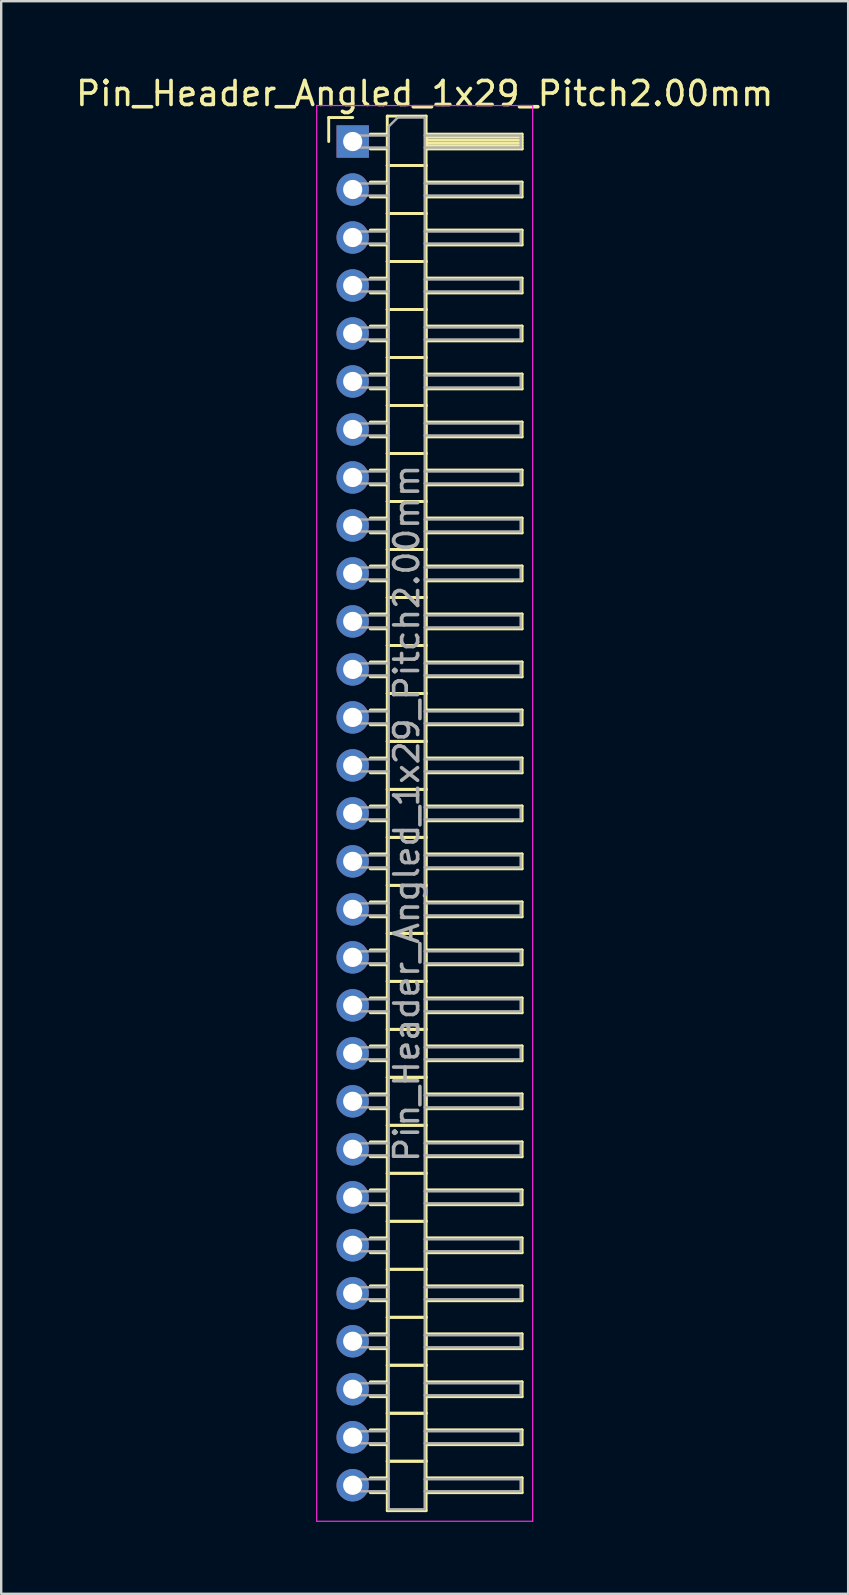
<source format=kicad_pcb>
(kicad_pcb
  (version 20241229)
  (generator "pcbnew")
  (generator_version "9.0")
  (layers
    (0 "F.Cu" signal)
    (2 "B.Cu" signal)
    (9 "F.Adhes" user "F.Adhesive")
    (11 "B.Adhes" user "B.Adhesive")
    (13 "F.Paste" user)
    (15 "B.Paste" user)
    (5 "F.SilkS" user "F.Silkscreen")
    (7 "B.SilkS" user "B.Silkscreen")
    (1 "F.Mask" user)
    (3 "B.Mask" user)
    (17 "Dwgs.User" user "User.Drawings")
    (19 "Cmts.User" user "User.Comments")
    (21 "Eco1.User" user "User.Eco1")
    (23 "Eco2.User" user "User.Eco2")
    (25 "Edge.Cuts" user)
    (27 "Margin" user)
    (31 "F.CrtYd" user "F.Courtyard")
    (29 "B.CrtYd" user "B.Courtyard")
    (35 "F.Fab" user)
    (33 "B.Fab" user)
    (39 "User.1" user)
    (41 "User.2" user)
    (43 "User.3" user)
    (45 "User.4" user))
  (footprint "Pin_Header_Angled_1x29_Pitch2.00mm"
    (layer "F.Cu")
    (at 11.649 2.848)
    (property "Reference" "Pin_Header_Angled_1x29_Pitch2.00mm" (at 3 -2 0) (layer "F.SilkS") (effects (font (size 1 1) (thickness 0.15))))
    (attr through_hole)
    (fp_line (start -1 -1) (end 0 -1) (stroke (width 0.12) (type solid)) (layer "F.SilkS"))
    (fp_line (start -1 0) (end -1 -1) (stroke (width 0.12) (type solid)) (layer "F.SilkS"))
    (fp_line (start 0.735 -0.31) (end 1.44 -0.31) (stroke (width 0.12) (type solid)) (layer "F.SilkS"))
    (fp_line (start 0.735 0.31) (end 1.44 0.31) (stroke (width 0.12) (type solid)) (layer "F.SilkS"))
    (fp_line (start 0.735 1.69) (end 1.44 1.69) (stroke (width 0.12) (type solid)) (layer "F.SilkS"))
    (fp_line (start 0.735 2.31) (end 1.44 2.31) (stroke (width 0.12) (type solid)) (layer "F.SilkS"))
    (fp_line (start 0.735 3.69) (end 1.44 3.69) (stroke (width 0.12) (type solid)) (layer "F.SilkS"))
    (fp_line (start 0.735 4.31) (end 1.44 4.31) (stroke (width 0.12) (type solid)) (layer "F.SilkS"))
    (fp_line (start 0.735 5.69) (end 1.44 5.69) (stroke (width 0.12) (type solid)) (layer "F.SilkS"))
    (fp_line (start 0.735 6.31) (end 1.44 6.31) (stroke (width 0.12) (type solid)) (layer "F.SilkS"))
    (fp_line (start 0.735 7.69) (end 1.44 7.69) (stroke (width 0.12) (type solid)) (layer "F.SilkS"))
    (fp_line (start 0.735 8.31) (end 1.44 8.31) (stroke (width 0.12) (type solid)) (layer "F.SilkS"))
    (fp_line (start 0.735 9.69) (end 1.44 9.69) (stroke (width 0.12) (type solid)) (layer "F.SilkS"))
    (fp_line (start 0.735 10.31) (end 1.44 10.31) (stroke (width 0.12) (type solid)) (layer "F.SilkS"))
    (fp_line (start 0.735 11.69) (end 1.44 11.69) (stroke (width 0.12) (type solid)) (layer "F.SilkS"))
    (fp_line (start 0.735 12.31) (end 1.44 12.31) (stroke (width 0.12) (type solid)) (layer "F.SilkS"))
    (fp_line (start 0.735 13.69) (end 1.44 13.69) (stroke (width 0.12) (type solid)) (layer "F.SilkS"))
    (fp_line (start 0.735 14.31) (end 1.44 14.31) (stroke (width 0.12) (type solid)) (layer "F.SilkS"))
    (fp_line (start 0.735 15.69) (end 1.44 15.69) (stroke (width 0.12) (type solid)) (layer "F.SilkS"))
    (fp_line (start 0.735 16.31) (end 1.44 16.31) (stroke (width 0.12) (type solid)) (layer "F.SilkS"))
    (fp_line (start 0.735 17.69) (end 1.44 17.69) (stroke (width 0.12) (type solid)) (layer "F.SilkS"))
    (fp_line (start 0.735 18.31) (end 1.44 18.31) (stroke (width 0.12) (type solid)) (layer "F.SilkS"))
    (fp_line (start 0.735 19.69) (end 1.44 19.69) (stroke (width 0.12) (type solid)) (layer "F.SilkS"))
    (fp_line (start 0.735 20.31) (end 1.44 20.31) (stroke (width 0.12) (type solid)) (layer "F.SilkS"))
    (fp_line (start 0.735 21.69) (end 1.44 21.69) (stroke (width 0.12) (type solid)) (layer "F.SilkS"))
    (fp_line (start 0.735 22.31) (end 1.44 22.31) (stroke (width 0.12) (type solid)) (layer "F.SilkS"))
    (fp_line (start 0.735 23.69) (end 1.44 23.69) (stroke (width 0.12) (type solid)) (layer "F.SilkS"))
    (fp_line (start 0.735 24.31) (end 1.44 24.31) (stroke (width 0.12) (type solid)) (layer "F.SilkS"))
    (fp_line (start 0.735 25.69) (end 1.44 25.69) (stroke (width 0.12) (type solid)) (layer "F.SilkS"))
    (fp_line (start 0.735 26.31) (end 1.44 26.31) (stroke (width 0.12) (type solid)) (layer "F.SilkS"))
    (fp_line (start 0.735 27.69) (end 1.44 27.69) (stroke (width 0.12) (type solid)) (layer "F.SilkS"))
    (fp_line (start 0.735 28.31) (end 1.44 28.31) (stroke (width 0.12) (type solid)) (layer "F.SilkS"))
    (fp_line (start 0.735 29.69) (end 1.44 29.69) (stroke (width 0.12) (type solid)) (layer "F.SilkS"))
    (fp_line (start 0.735 30.31) (end 1.44 30.31) (stroke (width 0.12) (type solid)) (layer "F.SilkS"))
    (fp_line (start 0.735 31.69) (end 1.44 31.69) (stroke (width 0.12) (type solid)) (layer "F.SilkS"))
    (fp_line (start 0.735 32.31) (end 1.44 32.31) (stroke (width 0.12) (type solid)) (layer "F.SilkS"))
    (fp_line (start 0.735 33.69) (end 1.44 33.69) (stroke (width 0.12) (type solid)) (layer "F.SilkS"))
    (fp_line (start 0.735 34.31) (end 1.44 34.31) (stroke (width 0.12) (type solid)) (layer "F.SilkS"))
    (fp_line (start 0.735 35.69) (end 1.44 35.69) (stroke (width 0.12) (type solid)) (layer "F.SilkS"))
    (fp_line (start 0.735 36.31) (end 1.44 36.31) (stroke (width 0.12) (type solid)) (layer "F.SilkS"))
    (fp_line (start 0.735 37.69) (end 1.44 37.69) (stroke (width 0.12) (type solid)) (layer "F.SilkS"))
    (fp_line (start 0.735 38.31) (end 1.44 38.31) (stroke (width 0.12) (type solid)) (layer "F.SilkS"))
    (fp_line (start 0.735 39.69) (end 1.44 39.69) (stroke (width 0.12) (type solid)) (layer "F.SilkS"))
    (fp_line (start 0.735 40.31) (end 1.44 40.31) (stroke (width 0.12) (type solid)) (layer "F.SilkS"))
    (fp_line (start 0.735 41.69) (end 1.44 41.69) (stroke (width 0.12) (type solid)) (layer "F.SilkS"))
    (fp_line (start 0.735 42.31) (end 1.44 42.31) (stroke (width 0.12) (type solid)) (layer "F.SilkS"))
    (fp_line (start 0.735 43.69) (end 1.44 43.69) (stroke (width 0.12) (type solid)) (layer "F.SilkS"))
    (fp_line (start 0.735 44.31) (end 1.44 44.31) (stroke (width 0.12) (type solid)) (layer "F.SilkS"))
    (fp_line (start 0.735 45.69) (end 1.44 45.69) (stroke (width 0.12) (type solid)) (layer "F.SilkS"))
    (fp_line (start 0.735 46.31) (end 1.44 46.31) (stroke (width 0.12) (type solid)) (layer "F.SilkS"))
    (fp_line (start 0.735 47.69) (end 1.44 47.69) (stroke (width 0.12) (type solid)) (layer "F.SilkS"))
    (fp_line (start 0.735 48.31) (end 1.44 48.31) (stroke (width 0.12) (type solid)) (layer "F.SilkS"))
    (fp_line (start 0.735 49.69) (end 1.44 49.69) (stroke (width 0.12) (type solid)) (layer "F.SilkS"))
    (fp_line (start 0.735 50.31) (end 1.44 50.31) (stroke (width 0.12) (type solid)) (layer "F.SilkS"))
    (fp_line (start 0.735 51.69) (end 1.44 51.69) (stroke (width 0.12) (type solid)) (layer "F.SilkS"))
    (fp_line (start 0.735 52.31) (end 1.44 52.31) (stroke (width 0.12) (type solid)) (layer "F.SilkS"))
    (fp_line (start 0.735 53.69) (end 1.44 53.69) (stroke (width 0.12) (type solid)) (layer "F.SilkS"))
    (fp_line (start 0.735 54.31) (end 1.44 54.31) (stroke (width 0.12) (type solid)) (layer "F.SilkS"))
    (fp_line (start 0.735 55.69) (end 1.44 55.69) (stroke (width 0.12) (type solid)) (layer "F.SilkS"))
    (fp_line (start 0.735 56.31) (end 1.44 56.31) (stroke (width 0.12) (type solid)) (layer "F.SilkS"))
    (fp_line (start 1.44 -1.06) (end 1.44 1) (stroke (width 0.12) (type solid)) (layer "F.SilkS"))
    (fp_line (start 1.44 1) (end 1.44 3) (stroke (width 0.12) (type solid)) (layer "F.SilkS"))
    (fp_line (start 1.44 1) (end 3.06 1) (stroke (width 0.12) (type solid)) (layer "F.SilkS"))
    (fp_line (start 1.44 3) (end 1.44 5) (stroke (width 0.12) (type solid)) (layer "F.SilkS"))
    (fp_line (start 1.44 3) (end 3.06 3) (stroke (width 0.12) (type solid)) (layer "F.SilkS"))
    (fp_line (start 1.44 5) (end 1.44 7) (stroke (width 0.12) (type solid)) (layer "F.SilkS"))
    (fp_line (start 1.44 5) (end 3.06 5) (stroke (width 0.12) (type solid)) (layer "F.SilkS"))
    (fp_line (start 1.44 7) (end 1.44 9) (stroke (width 0.12) (type solid)) (layer "F.SilkS"))
    (fp_line (start 1.44 7) (end 3.06 7) (stroke (width 0.12) (type solid)) (layer "F.SilkS"))
    (fp_line (start 1.44 9) (end 1.44 11) (stroke (width 0.12) (type solid)) (layer "F.SilkS"))
    (fp_line (start 1.44 9) (end 3.06 9) (stroke (width 0.12) (type solid)) (layer "F.SilkS"))
    (fp_line (start 1.44 11) (end 1.44 13) (stroke (width 0.12) (type solid)) (layer "F.SilkS"))
    (fp_line (start 1.44 11) (end 3.06 11) (stroke (width 0.12) (type solid)) (layer "F.SilkS"))
    (fp_line (start 1.44 13) (end 1.44 15) (stroke (width 0.12) (type solid)) (layer "F.SilkS"))
    (fp_line (start 1.44 13) (end 3.06 13) (stroke (width 0.12) (type solid)) (layer "F.SilkS"))
    (fp_line (start 1.44 15) (end 1.44 17) (stroke (width 0.12) (type solid)) (layer "F.SilkS"))
    (fp_line (start 1.44 15) (end 3.06 15) (stroke (width 0.12) (type solid)) (layer "F.SilkS"))
    (fp_line (start 1.44 17) (end 1.44 19) (stroke (width 0.12) (type solid)) (layer "F.SilkS"))
    (fp_line (start 1.44 17) (end 3.06 17) (stroke (width 0.12) (type solid)) (layer "F.SilkS"))
    (fp_line (start 1.44 19) (end 1.44 21) (stroke (width 0.12) (type solid)) (layer "F.SilkS"))
    (fp_line (start 1.44 19) (end 3.06 19) (stroke (width 0.12) (type solid)) (layer "F.SilkS"))
    (fp_line (start 1.44 21) (end 1.44 23) (stroke (width 0.12) (type solid)) (layer "F.SilkS"))
    (fp_line (start 1.44 21) (end 3.06 21) (stroke (width 0.12) (type solid)) (layer "F.SilkS"))
    (fp_line (start 1.44 23) (end 1.44 25) (stroke (width 0.12) (type solid)) (layer "F.SilkS"))
    (fp_line (start 1.44 23) (end 3.06 23) (stroke (width 0.12) (type solid)) (layer "F.SilkS"))
    (fp_line (start 1.44 25) (end 1.44 27) (stroke (width 0.12) (type solid)) (layer "F.SilkS"))
    (fp_line (start 1.44 25) (end 3.06 25) (stroke (width 0.12) (type solid)) (layer "F.SilkS"))
    (fp_line (start 1.44 27) (end 1.44 29) (stroke (width 0.12) (type solid)) (layer "F.SilkS"))
    (fp_line (start 1.44 27) (end 3.06 27) (stroke (width 0.12) (type solid)) (layer "F.SilkS"))
    (fp_line (start 1.44 29) (end 1.44 31) (stroke (width 0.12) (type solid)) (layer "F.SilkS"))
    (fp_line (start 1.44 29) (end 3.06 29) (stroke (width 0.12) (type solid)) (layer "F.SilkS"))
    (fp_line (start 1.44 31) (end 1.44 33) (stroke (width 0.12) (type solid)) (layer "F.SilkS"))
    (fp_line (start 1.44 31) (end 3.06 31) (stroke (width 0.12) (type solid)) (layer "F.SilkS"))
    (fp_line (start 1.44 33) (end 1.44 35) (stroke (width 0.12) (type solid)) (layer "F.SilkS"))
    (fp_line (start 1.44 33) (end 3.06 33) (stroke (width 0.12) (type solid)) (layer "F.SilkS"))
    (fp_line (start 1.44 35) (end 1.44 37) (stroke (width 0.12) (type solid)) (layer "F.SilkS"))
    (fp_line (start 1.44 35) (end 3.06 35) (stroke (width 0.12) (type solid)) (layer "F.SilkS"))
    (fp_line (start 1.44 37) (end 1.44 39) (stroke (width 0.12) (type solid)) (layer "F.SilkS"))
    (fp_line (start 1.44 37) (end 3.06 37) (stroke (width 0.12) (type solid)) (layer "F.SilkS"))
    (fp_line (start 1.44 39) (end 1.44 41) (stroke (width 0.12) (type solid)) (layer "F.SilkS"))
    (fp_line (start 1.44 39) (end 3.06 39) (stroke (width 0.12) (type solid)) (layer "F.SilkS"))
    (fp_line (start 1.44 41) (end 1.44 43) (stroke (width 0.12) (type solid)) (layer "F.SilkS"))
    (fp_line (start 1.44 41) (end 3.06 41) (stroke (width 0.12) (type solid)) (layer "F.SilkS"))
    (fp_line (start 1.44 43) (end 1.44 45) (stroke (width 0.12) (type solid)) (layer "F.SilkS"))
    (fp_line (start 1.44 43) (end 3.06 43) (stroke (width 0.12) (type solid)) (layer "F.SilkS"))
    (fp_line (start 1.44 45) (end 1.44 47) (stroke (width 0.12) (type solid)) (layer "F.SilkS"))
    (fp_line (start 1.44 45) (end 3.06 45) (stroke (width 0.12) (type solid)) (layer "F.SilkS"))
    (fp_line (start 1.44 47) (end 1.44 49) (stroke (width 0.12) (type solid)) (layer "F.SilkS"))
    (fp_line (start 1.44 47) (end 3.06 47) (stroke (width 0.12) (type solid)) (layer "F.SilkS"))
    (fp_line (start 1.44 49) (end 1.44 51) (stroke (width 0.12) (type solid)) (layer "F.SilkS"))
    (fp_line (start 1.44 49) (end 3.06 49) (stroke (width 0.12) (type solid)) (layer "F.SilkS"))
    (fp_line (start 1.44 51) (end 1.44 53) (stroke (width 0.12) (type solid)) (layer "F.SilkS"))
    (fp_line (start 1.44 51) (end 3.06 51) (stroke (width 0.12) (type solid)) (layer "F.SilkS"))
    (fp_line (start 1.44 53) (end 1.44 55) (stroke (width 0.12) (type solid)) (layer "F.SilkS"))
    (fp_line (start 1.44 53) (end 3.06 53) (stroke (width 0.12) (type solid)) (layer "F.SilkS"))
    (fp_line (start 1.44 55) (end 1.44 57.06) (stroke (width 0.12) (type solid)) (layer "F.SilkS"))
    (fp_line (start 1.44 55) (end 3.06 55) (stroke (width 0.12) (type solid)) (layer "F.SilkS"))
    (fp_line (start 1.44 57.06) (end 3.06 57.06) (stroke (width 0.12) (type solid)) (layer "F.SilkS"))
    (fp_line (start 3.06 -1.06) (end 1.44 -1.06) (stroke (width 0.12) (type solid)) (layer "F.SilkS"))
    (fp_line (start 3.06 -0.31) (end 3.06 0.31) (stroke (width 0.12) (type solid)) (layer "F.SilkS"))
    (fp_line (start 3.06 -0.19) (end 7.06 -0.19) (stroke (width 0.12) (type solid)) (layer "F.SilkS"))
    (fp_line (start 3.06 -0.07) (end 7.06 -0.07) (stroke (width 0.12) (type solid)) (layer "F.SilkS"))
    (fp_line (start 3.06 0.05) (end 7.06 0.05) (stroke (width 0.12) (type solid)) (layer "F.SilkS"))
    (fp_line (start 3.06 0.17) (end 7.06 0.17) (stroke (width 0.12) (type solid)) (layer "F.SilkS"))
    (fp_line (start 3.06 0.29) (end 7.06 0.29) (stroke (width 0.12) (type solid)) (layer "F.SilkS"))
    (fp_line (start 3.06 0.31) (end 7.06 0.31) (stroke (width 0.12) (type solid)) (layer "F.SilkS"))
    (fp_line (start 3.06 1) (end 1.44 1) (stroke (width 0.12) (type solid)) (layer "F.SilkS"))
    (fp_line (start 3.06 1) (end 3.06 -1.06) (stroke (width 0.12) (type solid)) (layer "F.SilkS"))
    (fp_line (start 3.06 1.69) (end 3.06 2.31) (stroke (width 0.12) (type solid)) (layer "F.SilkS"))
    (fp_line (start 3.06 2.31) (end 7.06 2.31) (stroke (width 0.12) (type solid)) (layer "F.SilkS"))
    (fp_line (start 3.06 3) (end 1.44 3) (stroke (width 0.12) (type solid)) (layer "F.SilkS"))
    (fp_line (start 3.06 3) (end 3.06 1) (stroke (width 0.12) (type solid)) (layer "F.SilkS"))
    (fp_line (start 3.06 3.69) (end 3.06 4.31) (stroke (width 0.12) (type solid)) (layer "F.SilkS"))
    (fp_line (start 3.06 4.31) (end 7.06 4.31) (stroke (width 0.12) (type solid)) (layer "F.SilkS"))
    (fp_line (start 3.06 5) (end 1.44 5) (stroke (width 0.12) (type solid)) (layer "F.SilkS"))
    (fp_line (start 3.06 5) (end 3.06 3) (stroke (width 0.12) (type solid)) (layer "F.SilkS"))
    (fp_line (start 3.06 5.69) (end 3.06 6.31) (stroke (width 0.12) (type solid)) (layer "F.SilkS"))
    (fp_line (start 3.06 6.31) (end 7.06 6.31) (stroke (width 0.12) (type solid)) (layer "F.SilkS"))
    (fp_line (start 3.06 7) (end 1.44 7) (stroke (width 0.12) (type solid)) (layer "F.SilkS"))
    (fp_line (start 3.06 7) (end 3.06 5) (stroke (width 0.12) (type solid)) (layer "F.SilkS"))
    (fp_line (start 3.06 7.69) (end 3.06 8.31) (stroke (width 0.12) (type solid)) (layer "F.SilkS"))
    (fp_line (start 3.06 8.31) (end 7.06 8.31) (stroke (width 0.12) (type solid)) (layer "F.SilkS"))
    (fp_line (start 3.06 9) (end 1.44 9) (stroke (width 0.12) (type solid)) (layer "F.SilkS"))
    (fp_line (start 3.06 9) (end 3.06 7) (stroke (width 0.12) (type solid)) (layer "F.SilkS"))
    (fp_line (start 3.06 9.69) (end 3.06 10.31) (stroke (width 0.12) (type solid)) (layer "F.SilkS"))
    (fp_line (start 3.06 10.31) (end 7.06 10.31) (stroke (width 0.12) (type solid)) (layer "F.SilkS"))
    (fp_line (start 3.06 11) (end 1.44 11) (stroke (width 0.12) (type solid)) (layer "F.SilkS"))
    (fp_line (start 3.06 11) (end 3.06 9) (stroke (width 0.12) (type solid)) (layer "F.SilkS"))
    (fp_line (start 3.06 11.69) (end 3.06 12.31) (stroke (width 0.12) (type solid)) (layer "F.SilkS"))
    (fp_line (start 3.06 12.31) (end 7.06 12.31) (stroke (width 0.12) (type solid)) (layer "F.SilkS"))
    (fp_line (start 3.06 13) (end 1.44 13) (stroke (width 0.12) (type solid)) (layer "F.SilkS"))
    (fp_line (start 3.06 13) (end 3.06 11) (stroke (width 0.12) (type solid)) (layer "F.SilkS"))
    (fp_line (start 3.06 13.69) (end 3.06 14.31) (stroke (width 0.12) (type solid)) (layer "F.SilkS"))
    (fp_line (start 3.06 14.31) (end 7.06 14.31) (stroke (width 0.12) (type solid)) (layer "F.SilkS"))
    (fp_line (start 3.06 15) (end 1.44 15) (stroke (width 0.12) (type solid)) (layer "F.SilkS"))
    (fp_line (start 3.06 15) (end 3.06 13) (stroke (width 0.12) (type solid)) (layer "F.SilkS"))
    (fp_line (start 3.06 15.69) (end 3.06 16.31) (stroke (width 0.12) (type solid)) (layer "F.SilkS"))
    (fp_line (start 3.06 16.31) (end 7.06 16.31) (stroke (width 0.12) (type solid)) (layer "F.SilkS"))
    (fp_line (start 3.06 17) (end 1.44 17) (stroke (width 0.12) (type solid)) (layer "F.SilkS"))
    (fp_line (start 3.06 17) (end 3.06 15) (stroke (width 0.12) (type solid)) (layer "F.SilkS"))
    (fp_line (start 3.06 17.69) (end 3.06 18.31) (stroke (width 0.12) (type solid)) (layer "F.SilkS"))
    (fp_line (start 3.06 18.31) (end 7.06 18.31) (stroke (width 0.12) (type solid)) (layer "F.SilkS"))
    (fp_line (start 3.06 19) (end 1.44 19) (stroke (width 0.12) (type solid)) (layer "F.SilkS"))
    (fp_line (start 3.06 19) (end 3.06 17) (stroke (width 0.12) (type solid)) (layer "F.SilkS"))
    (fp_line (start 3.06 19.69) (end 3.06 20.31) (stroke (width 0.12) (type solid)) (layer "F.SilkS"))
    (fp_line (start 3.06 20.31) (end 7.06 20.31) (stroke (width 0.12) (type solid)) (layer "F.SilkS"))
    (fp_line (start 3.06 21) (end 1.44 21) (stroke (width 0.12) (type solid)) (layer "F.SilkS"))
    (fp_line (start 3.06 21) (end 3.06 19) (stroke (width 0.12) (type solid)) (layer "F.SilkS"))
    (fp_line (start 3.06 21.69) (end 3.06 22.31) (stroke (width 0.12) (type solid)) (layer "F.SilkS"))
    (fp_line (start 3.06 22.31) (end 7.06 22.31) (stroke (width 0.12) (type solid)) (layer "F.SilkS"))
    (fp_line (start 3.06 23) (end 1.44 23) (stroke (width 0.12) (type solid)) (layer "F.SilkS"))
    (fp_line (start 3.06 23) (end 3.06 21) (stroke (width 0.12) (type solid)) (layer "F.SilkS"))
    (fp_line (start 3.06 23.69) (end 3.06 24.31) (stroke (width 0.12) (type solid)) (layer "F.SilkS"))
    (fp_line (start 3.06 24.31) (end 7.06 24.31) (stroke (width 0.12) (type solid)) (layer "F.SilkS"))
    (fp_line (start 3.06 25) (end 1.44 25) (stroke (width 0.12) (type solid)) (layer "F.SilkS"))
    (fp_line (start 3.06 25) (end 3.06 23) (stroke (width 0.12) (type solid)) (layer "F.SilkS"))
    (fp_line (start 3.06 25.69) (end 3.06 26.31) (stroke (width 0.12) (type solid)) (layer "F.SilkS"))
    (fp_line (start 3.06 26.31) (end 7.06 26.31) (stroke (width 0.12) (type solid)) (layer "F.SilkS"))
    (fp_line (start 3.06 27) (end 1.44 27) (stroke (width 0.12) (type solid)) (layer "F.SilkS"))
    (fp_line (start 3.06 27) (end 3.06 25) (stroke (width 0.12) (type solid)) (layer "F.SilkS"))
    (fp_line (start 3.06 27.69) (end 3.06 28.31) (stroke (width 0.12) (type solid)) (layer "F.SilkS"))
    (fp_line (start 3.06 28.31) (end 7.06 28.31) (stroke (width 0.12) (type solid)) (layer "F.SilkS"))
    (fp_line (start 3.06 29) (end 1.44 29) (stroke (width 0.12) (type solid)) (layer "F.SilkS"))
    (fp_line (start 3.06 29) (end 3.06 27) (stroke (width 0.12) (type solid)) (layer "F.SilkS"))
    (fp_line (start 3.06 29.69) (end 3.06 30.31) (stroke (width 0.12) (type solid)) (layer "F.SilkS"))
    (fp_line (start 3.06 30.31) (end 7.06 30.31) (stroke (width 0.12) (type solid)) (layer "F.SilkS"))
    (fp_line (start 3.06 31) (end 1.44 31) (stroke (width 0.12) (type solid)) (layer "F.SilkS"))
    (fp_line (start 3.06 31) (end 3.06 29) (stroke (width 0.12) (type solid)) (layer "F.SilkS"))
    (fp_line (start 3.06 31.69) (end 3.06 32.31) (stroke (width 0.12) (type solid)) (layer "F.SilkS"))
    (fp_line (start 3.06 32.31) (end 7.06 32.31) (stroke (width 0.12) (type solid)) (layer "F.SilkS"))
    (fp_line (start 3.06 33) (end 1.44 33) (stroke (width 0.12) (type solid)) (layer "F.SilkS"))
    (fp_line (start 3.06 33) (end 3.06 31) (stroke (width 0.12) (type solid)) (layer "F.SilkS"))
    (fp_line (start 3.06 33.69) (end 3.06 34.31) (stroke (width 0.12) (type solid)) (layer "F.SilkS"))
    (fp_line (start 3.06 34.31) (end 7.06 34.31) (stroke (width 0.12) (type solid)) (layer "F.SilkS"))
    (fp_line (start 3.06 35) (end 1.44 35) (stroke (width 0.12) (type solid)) (layer "F.SilkS"))
    (fp_line (start 3.06 35) (end 3.06 33) (stroke (width 0.12) (type solid)) (layer "F.SilkS"))
    (fp_line (start 3.06 35.69) (end 3.06 36.31) (stroke (width 0.12) (type solid)) (layer "F.SilkS"))
    (fp_line (start 3.06 36.31) (end 7.06 36.31) (stroke (width 0.12) (type solid)) (layer "F.SilkS"))
    (fp_line (start 3.06 37) (end 1.44 37) (stroke (width 0.12) (type solid)) (layer "F.SilkS"))
    (fp_line (start 3.06 37) (end 3.06 35) (stroke (width 0.12) (type solid)) (layer "F.SilkS"))
    (fp_line (start 3.06 37.69) (end 3.06 38.31) (stroke (width 0.12) (type solid)) (layer "F.SilkS"))
    (fp_line (start 3.06 38.31) (end 7.06 38.31) (stroke (width 0.12) (type solid)) (layer "F.SilkS"))
    (fp_line (start 3.06 39) (end 1.44 39) (stroke (width 0.12) (type solid)) (layer "F.SilkS"))
    (fp_line (start 3.06 39) (end 3.06 37) (stroke (width 0.12) (type solid)) (layer "F.SilkS"))
    (fp_line (start 3.06 39.69) (end 3.06 40.31) (stroke (width 0.12) (type solid)) (layer "F.SilkS"))
    (fp_line (start 3.06 40.31) (end 7.06 40.31) (stroke (width 0.12) (type solid)) (layer "F.SilkS"))
    (fp_line (start 3.06 41) (end 1.44 41) (stroke (width 0.12) (type solid)) (layer "F.SilkS"))
    (fp_line (start 3.06 41) (end 3.06 39) (stroke (width 0.12) (type solid)) (layer "F.SilkS"))
    (fp_line (start 3.06 41.69) (end 3.06 42.31) (stroke (width 0.12) (type solid)) (layer "F.SilkS"))
    (fp_line (start 3.06 42.31) (end 7.06 42.31) (stroke (width 0.12) (type solid)) (layer "F.SilkS"))
    (fp_line (start 3.06 43) (end 1.44 43) (stroke (width 0.12) (type solid)) (layer "F.SilkS"))
    (fp_line (start 3.06 43) (end 3.06 41) (stroke (width 0.12) (type solid)) (layer "F.SilkS"))
    (fp_line (start 3.06 43.69) (end 3.06 44.31) (stroke (width 0.12) (type solid)) (layer "F.SilkS"))
    (fp_line (start 3.06 44.31) (end 7.06 44.31) (stroke (width 0.12) (type solid)) (layer "F.SilkS"))
    (fp_line (start 3.06 45) (end 1.44 45) (stroke (width 0.12) (type solid)) (layer "F.SilkS"))
    (fp_line (start 3.06 45) (end 3.06 43) (stroke (width 0.12) (type solid)) (layer "F.SilkS"))
    (fp_line (start 3.06 45.69) (end 3.06 46.31) (stroke (width 0.12) (type solid)) (layer "F.SilkS"))
    (fp_line (start 3.06 46.31) (end 7.06 46.31) (stroke (width 0.12) (type solid)) (layer "F.SilkS"))
    (fp_line (start 3.06 47) (end 1.44 47) (stroke (width 0.12) (type solid)) (layer "F.SilkS"))
    (fp_line (start 3.06 47) (end 3.06 45) (stroke (width 0.12) (type solid)) (layer "F.SilkS"))
    (fp_line (start 3.06 47.69) (end 3.06 48.31) (stroke (width 0.12) (type solid)) (layer "F.SilkS"))
    (fp_line (start 3.06 48.31) (end 7.06 48.31) (stroke (width 0.12) (type solid)) (layer "F.SilkS"))
    (fp_line (start 3.06 49) (end 1.44 49) (stroke (width 0.12) (type solid)) (layer "F.SilkS"))
    (fp_line (start 3.06 49) (end 3.06 47) (stroke (width 0.12) (type solid)) (layer "F.SilkS"))
    (fp_line (start 3.06 49.69) (end 3.06 50.31) (stroke (width 0.12) (type solid)) (layer "F.SilkS"))
    (fp_line (start 3.06 50.31) (end 7.06 50.31) (stroke (width 0.12) (type solid)) (layer "F.SilkS"))
    (fp_line (start 3.06 51) (end 1.44 51) (stroke (width 0.12) (type solid)) (layer "F.SilkS"))
    (fp_line (start 3.06 51) (end 3.06 49) (stroke (width 0.12) (type solid)) (layer "F.SilkS"))
    (fp_line (start 3.06 51.69) (end 3.06 52.31) (stroke (width 0.12) (type solid)) (layer "F.SilkS"))
    (fp_line (start 3.06 52.31) (end 7.06 52.31) (stroke (width 0.12) (type solid)) (layer "F.SilkS"))
    (fp_line (start 3.06 53) (end 1.44 53) (stroke (width 0.12) (type solid)) (layer "F.SilkS"))
    (fp_line (start 3.06 53) (end 3.06 51) (stroke (width 0.12) (type solid)) (layer "F.SilkS"))
    (fp_line (start 3.06 53.69) (end 3.06 54.31) (stroke (width 0.12) (type solid)) (layer "F.SilkS"))
    (fp_line (start 3.06 54.31) (end 7.06 54.31) (stroke (width 0.12) (type solid)) (layer "F.SilkS"))
    (fp_line (start 3.06 55) (end 1.44 55) (stroke (width 0.12) (type solid)) (layer "F.SilkS"))
    (fp_line (start 3.06 55) (end 3.06 53) (stroke (width 0.12) (type solid)) (layer "F.SilkS"))
    (fp_line (start 3.06 55.69) (end 3.06 56.31) (stroke (width 0.12) (type solid)) (layer "F.SilkS"))
    (fp_line (start 3.06 56.31) (end 7.06 56.31) (stroke (width 0.12) (type solid)) (layer "F.SilkS"))
    (fp_line (start 3.06 57.06) (end 3.06 55) (stroke (width 0.12) (type solid)) (layer "F.SilkS"))
    (fp_line (start 7.06 -0.31) (end 3.06 -0.31) (stroke (width 0.12) (type solid)) (layer "F.SilkS"))
    (fp_line (start 7.06 0.31) (end 7.06 -0.31) (stroke (width 0.12) (type solid)) (layer "F.SilkS"))
    (fp_line (start 7.06 1.69) (end 3.06 1.69) (stroke (width 0.12) (type solid)) (layer "F.SilkS"))
    (fp_line (start 7.06 2.31) (end 7.06 1.69) (stroke (width 0.12) (type solid)) (layer "F.SilkS"))
    (fp_line (start 7.06 3.69) (end 3.06 3.69) (stroke (width 0.12) (type solid)) (layer "F.SilkS"))
    (fp_line (start 7.06 4.31) (end 7.06 3.69) (stroke (width 0.12) (type solid)) (layer "F.SilkS"))
    (fp_line (start 7.06 5.69) (end 3.06 5.69) (stroke (width 0.12) (type solid)) (layer "F.SilkS"))
    (fp_line (start 7.06 6.31) (end 7.06 5.69) (stroke (width 0.12) (type solid)) (layer "F.SilkS"))
    (fp_line (start 7.06 7.69) (end 3.06 7.69) (stroke (width 0.12) (type solid)) (layer "F.SilkS"))
    (fp_line (start 7.06 8.31) (end 7.06 7.69) (stroke (width 0.12) (type solid)) (layer "F.SilkS"))
    (fp_line (start 7.06 9.69) (end 3.06 9.69) (stroke (width 0.12) (type solid)) (layer "F.SilkS"))
    (fp_line (start 7.06 10.31) (end 7.06 9.69) (stroke (width 0.12) (type solid)) (layer "F.SilkS"))
    (fp_line (start 7.06 11.69) (end 3.06 11.69) (stroke (width 0.12) (type solid)) (layer "F.SilkS"))
    (fp_line (start 7.06 12.31) (end 7.06 11.69) (stroke (width 0.12) (type solid)) (layer "F.SilkS"))
    (fp_line (start 7.06 13.69) (end 3.06 13.69) (stroke (width 0.12) (type solid)) (layer "F.SilkS"))
    (fp_line (start 7.06 14.31) (end 7.06 13.69) (stroke (width 0.12) (type solid)) (layer "F.SilkS"))
    (fp_line (start 7.06 15.69) (end 3.06 15.69) (stroke (width 0.12) (type solid)) (layer "F.SilkS"))
    (fp_line (start 7.06 16.31) (end 7.06 15.69) (stroke (width 0.12) (type solid)) (layer "F.SilkS"))
    (fp_line (start 7.06 17.69) (end 3.06 17.69) (stroke (width 0.12) (type solid)) (layer "F.SilkS"))
    (fp_line (start 7.06 18.31) (end 7.06 17.69) (stroke (width 0.12) (type solid)) (layer "F.SilkS"))
    (fp_line (start 7.06 19.69) (end 3.06 19.69) (stroke (width 0.12) (type solid)) (layer "F.SilkS"))
    (fp_line (start 7.06 20.31) (end 7.06 19.69) (stroke (width 0.12) (type solid)) (layer "F.SilkS"))
    (fp_line (start 7.06 21.69) (end 3.06 21.69) (stroke (width 0.12) (type solid)) (layer "F.SilkS"))
    (fp_line (start 7.06 22.31) (end 7.06 21.69) (stroke (width 0.12) (type solid)) (layer "F.SilkS"))
    (fp_line (start 7.06 23.69) (end 3.06 23.69) (stroke (width 0.12) (type solid)) (layer "F.SilkS"))
    (fp_line (start 7.06 24.31) (end 7.06 23.69) (stroke (width 0.12) (type solid)) (layer "F.SilkS"))
    (fp_line (start 7.06 25.69) (end 3.06 25.69) (stroke (width 0.12) (type solid)) (layer "F.SilkS"))
    (fp_line (start 7.06 26.31) (end 7.06 25.69) (stroke (width 0.12) (type solid)) (layer "F.SilkS"))
    (fp_line (start 7.06 27.69) (end 3.06 27.69) (stroke (width 0.12) (type solid)) (layer "F.SilkS"))
    (fp_line (start 7.06 28.31) (end 7.06 27.69) (stroke (width 0.12) (type solid)) (layer "F.SilkS"))
    (fp_line (start 7.06 29.69) (end 3.06 29.69) (stroke (width 0.12) (type solid)) (layer "F.SilkS"))
    (fp_line (start 7.06 30.31) (end 7.06 29.69) (stroke (width 0.12) (type solid)) (layer "F.SilkS"))
    (fp_line (start 7.06 31.69) (end 3.06 31.69) (stroke (width 0.12) (type solid)) (layer "F.SilkS"))
    (fp_line (start 7.06 32.31) (end 7.06 31.69) (stroke (width 0.12) (type solid)) (layer "F.SilkS"))
    (fp_line (start 7.06 33.69) (end 3.06 33.69) (stroke (width 0.12) (type solid)) (layer "F.SilkS"))
    (fp_line (start 7.06 34.31) (end 7.06 33.69) (stroke (width 0.12) (type solid)) (layer "F.SilkS"))
    (fp_line (start 7.06 35.69) (end 3.06 35.69) (stroke (width 0.12) (type solid)) (layer "F.SilkS"))
    (fp_line (start 7.06 36.31) (end 7.06 35.69) (stroke (width 0.12) (type solid)) (layer "F.SilkS"))
    (fp_line (start 7.06 37.69) (end 3.06 37.69) (stroke (width 0.12) (type solid)) (layer "F.SilkS"))
    (fp_line (start 7.06 38.31) (end 7.06 37.69) (stroke (width 0.12) (type solid)) (layer "F.SilkS"))
    (fp_line (start 7.06 39.69) (end 3.06 39.69) (stroke (width 0.12) (type solid)) (layer "F.SilkS"))
    (fp_line (start 7.06 40.31) (end 7.06 39.69) (stroke (width 0.12) (type solid)) (layer "F.SilkS"))
    (fp_line (start 7.06 41.69) (end 3.06 41.69) (stroke (width 0.12) (type solid)) (layer "F.SilkS"))
    (fp_line (start 7.06 42.31) (end 7.06 41.69) (stroke (width 0.12) (type solid)) (layer "F.SilkS"))
    (fp_line (start 7.06 43.69) (end 3.06 43.69) (stroke (width 0.12) (type solid)) (layer "F.SilkS"))
    (fp_line (start 7.06 44.31) (end 7.06 43.69) (stroke (width 0.12) (type solid)) (layer "F.SilkS"))
    (fp_line (start 7.06 45.69) (end 3.06 45.69) (stroke (width 0.12) (type solid)) (layer "F.SilkS"))
    (fp_line (start 7.06 46.31) (end 7.06 45.69) (stroke (width 0.12) (type solid)) (layer "F.SilkS"))
    (fp_line (start 7.06 47.69) (end 3.06 47.69) (stroke (width 0.12) (type solid)) (layer "F.SilkS"))
    (fp_line (start 7.06 48.31) (end 7.06 47.69) (stroke (width 0.12) (type solid)) (layer "F.SilkS"))
    (fp_line (start 7.06 49.69) (end 3.06 49.69) (stroke (width 0.12) (type solid)) (layer "F.SilkS"))
    (fp_line (start 7.06 50.31) (end 7.06 49.69) (stroke (width 0.12) (type solid)) (layer "F.SilkS"))
    (fp_line (start 7.06 51.69) (end 3.06 51.69) (stroke (width 0.12) (type solid)) (layer "F.SilkS"))
    (fp_line (start 7.06 52.31) (end 7.06 51.69) (stroke (width 0.12) (type solid)) (layer "F.SilkS"))
    (fp_line (start 7.06 53.69) (end 3.06 53.69) (stroke (width 0.12) (type solid)) (layer "F.SilkS"))
    (fp_line (start 7.06 54.31) (end 7.06 53.69) (stroke (width 0.12) (type solid)) (layer "F.SilkS"))
    (fp_line (start 7.06 55.69) (end 3.06 55.69) (stroke (width 0.12) (type solid)) (layer "F.SilkS"))
    (fp_line (start 7.06 56.31) (end 7.06 55.69) (stroke (width 0.12) (type solid)) (layer "F.SilkS"))
    (fp_line (start -1.5 -1.5) (end -1.5 57.5) (stroke (width 0.05) (type solid)) (layer "F.CrtYd"))
    (fp_line (start -1.5 57.5) (end 7.5 57.5) (stroke (width 0.05) (type solid)) (layer "F.CrtYd"))
    (fp_line (start 7.5 -1.5) (end -1.5 -1.5) (stroke (width 0.05) (type solid)) (layer "F.CrtYd"))
    (fp_line (start 7.5 57.5) (end 7.5 -1.5) (stroke (width 0.05) (type solid)) (layer "F.CrtYd"))
    (fp_line (start -0.25 -0.25) (end -0.25 0.25) (stroke (width 0.1) (type solid)) (layer "F.Fab"))
    (fp_line (start -0.25 -0.25) (end 1.5 -0.25) (stroke (width 0.1) (type solid)) (layer "F.Fab"))
    (fp_line (start -0.25 0.25) (end 1.5 0.25) (stroke (width 0.1) (type solid)) (layer "F.Fab"))
    (fp_line (start -0.25 1.75) (end -0.25 2.25) (stroke (width 0.1) (type solid)) (layer "F.Fab"))
    (fp_line (start -0.25 1.75) (end 1.5 1.75) (stroke (width 0.1) (type solid)) (layer "F.Fab"))
    (fp_line (start -0.25 2.25) (end 1.5 2.25) (stroke (width 0.1) (type solid)) (layer "F.Fab"))
    (fp_line (start -0.25 3.75) (end -0.25 4.25) (stroke (width 0.1) (type solid)) (layer "F.Fab"))
    (fp_line (start -0.25 3.75) (end 1.5 3.75) (stroke (width 0.1) (type solid)) (layer "F.Fab"))
    (fp_line (start -0.25 4.25) (end 1.5 4.25) (stroke (width 0.1) (type solid)) (layer "F.Fab"))
    (fp_line (start -0.25 5.75) (end -0.25 6.25) (stroke (width 0.1) (type solid)) (layer "F.Fab"))
    (fp_line (start -0.25 5.75) (end 1.5 5.75) (stroke (width 0.1) (type solid)) (layer "F.Fab"))
    (fp_line (start -0.25 6.25) (end 1.5 6.25) (stroke (width 0.1) (type solid)) (layer "F.Fab"))
    (fp_line (start -0.25 7.75) (end -0.25 8.25) (stroke (width 0.1) (type solid)) (layer "F.Fab"))
    (fp_line (start -0.25 7.75) (end 1.5 7.75) (stroke (width 0.1) (type solid)) (layer "F.Fab"))
    (fp_line (start -0.25 8.25) (end 1.5 8.25) (stroke (width 0.1) (type solid)) (layer "F.Fab"))
    (fp_line (start -0.25 9.75) (end -0.25 10.25) (stroke (width 0.1) (type solid)) (layer "F.Fab"))
    (fp_line (start -0.25 9.75) (end 1.5 9.75) (stroke (width 0.1) (type solid)) (layer "F.Fab"))
    (fp_line (start -0.25 10.25) (end 1.5 10.25) (stroke (width 0.1) (type solid)) (layer "F.Fab"))
    (fp_line (start -0.25 11.75) (end -0.25 12.25) (stroke (width 0.1) (type solid)) (layer "F.Fab"))
    (fp_line (start -0.25 11.75) (end 1.5 11.75) (stroke (width 0.1) (type solid)) (layer "F.Fab"))
    (fp_line (start -0.25 12.25) (end 1.5 12.25) (stroke (width 0.1) (type solid)) (layer "F.Fab"))
    (fp_line (start -0.25 13.75) (end -0.25 14.25) (stroke (width 0.1) (type solid)) (layer "F.Fab"))
    (fp_line (start -0.25 13.75) (end 1.5 13.75) (stroke (width 0.1) (type solid)) (layer "F.Fab"))
    (fp_line (start -0.25 14.25) (end 1.5 14.25) (stroke (width 0.1) (type solid)) (layer "F.Fab"))
    (fp_line (start -0.25 15.75) (end -0.25 16.25) (stroke (width 0.1) (type solid)) (layer "F.Fab"))
    (fp_line (start -0.25 15.75) (end 1.5 15.75) (stroke (width 0.1) (type solid)) (layer "F.Fab"))
    (fp_line (start -0.25 16.25) (end 1.5 16.25) (stroke (width 0.1) (type solid)) (layer "F.Fab"))
    (fp_line (start -0.25 17.75) (end -0.25 18.25) (stroke (width 0.1) (type solid)) (layer "F.Fab"))
    (fp_line (start -0.25 17.75) (end 1.5 17.75) (stroke (width 0.1) (type solid)) (layer "F.Fab"))
    (fp_line (start -0.25 18.25) (end 1.5 18.25) (stroke (width 0.1) (type solid)) (layer "F.Fab"))
    (fp_line (start -0.25 19.75) (end -0.25 20.25) (stroke (width 0.1) (type solid)) (layer "F.Fab"))
    (fp_line (start -0.25 19.75) (end 1.5 19.75) (stroke (width 0.1) (type solid)) (layer "F.Fab"))
    (fp_line (start -0.25 20.25) (end 1.5 20.25) (stroke (width 0.1) (type solid)) (layer "F.Fab"))
    (fp_line (start -0.25 21.75) (end -0.25 22.25) (stroke (width 0.1) (type solid)) (layer "F.Fab"))
    (fp_line (start -0.25 21.75) (end 1.5 21.75) (stroke (width 0.1) (type solid)) (layer "F.Fab"))
    (fp_line (start -0.25 22.25) (end 1.5 22.25) (stroke (width 0.1) (type solid)) (layer "F.Fab"))
    (fp_line (start -0.25 23.75) (end -0.25 24.25) (stroke (width 0.1) (type solid)) (layer "F.Fab"))
    (fp_line (start -0.25 23.75) (end 1.5 23.75) (stroke (width 0.1) (type solid)) (layer "F.Fab"))
    (fp_line (start -0.25 24.25) (end 1.5 24.25) (stroke (width 0.1) (type solid)) (layer "F.Fab"))
    (fp_line (start -0.25 25.75) (end -0.25 26.25) (stroke (width 0.1) (type solid)) (layer "F.Fab"))
    (fp_line (start -0.25 25.75) (end 1.5 25.75) (stroke (width 0.1) (type solid)) (layer "F.Fab"))
    (fp_line (start -0.25 26.25) (end 1.5 26.25) (stroke (width 0.1) (type solid)) (layer "F.Fab"))
    (fp_line (start -0.25 27.75) (end -0.25 28.25) (stroke (width 0.1) (type solid)) (layer "F.Fab"))
    (fp_line (start -0.25 27.75) (end 1.5 27.75) (stroke (width 0.1) (type solid)) (layer "F.Fab"))
    (fp_line (start -0.25 28.25) (end 1.5 28.25) (stroke (width 0.1) (type solid)) (layer "F.Fab"))
    (fp_line (start -0.25 29.75) (end -0.25 30.25) (stroke (width 0.1) (type solid)) (layer "F.Fab"))
    (fp_line (start -0.25 29.75) (end 1.5 29.75) (stroke (width 0.1) (type solid)) (layer "F.Fab"))
    (fp_line (start -0.25 30.25) (end 1.5 30.25) (stroke (width 0.1) (type solid)) (layer "F.Fab"))
    (fp_line (start -0.25 31.75) (end -0.25 32.25) (stroke (width 0.1) (type solid)) (layer "F.Fab"))
    (fp_line (start -0.25 31.75) (end 1.5 31.75) (stroke (width 0.1) (type solid)) (layer "F.Fab"))
    (fp_line (start -0.25 32.25) (end 1.5 32.25) (stroke (width 0.1) (type solid)) (layer "F.Fab"))
    (fp_line (start -0.25 33.75) (end -0.25 34.25) (stroke (width 0.1) (type solid)) (layer "F.Fab"))
    (fp_line (start -0.25 33.75) (end 1.5 33.75) (stroke (width 0.1) (type solid)) (layer "F.Fab"))
    (fp_line (start -0.25 34.25) (end 1.5 34.25) (stroke (width 0.1) (type solid)) (layer "F.Fab"))
    (fp_line (start -0.25 35.75) (end -0.25 36.25) (stroke (width 0.1) (type solid)) (layer "F.Fab"))
    (fp_line (start -0.25 35.75) (end 1.5 35.75) (stroke (width 0.1) (type solid)) (layer "F.Fab"))
    (fp_line (start -0.25 36.25) (end 1.5 36.25) (stroke (width 0.1) (type solid)) (layer "F.Fab"))
    (fp_line (start -0.25 37.75) (end -0.25 38.25) (stroke (width 0.1) (type solid)) (layer "F.Fab"))
    (fp_line (start -0.25 37.75) (end 1.5 37.75) (stroke (width 0.1) (type solid)) (layer "F.Fab"))
    (fp_line (start -0.25 38.25) (end 1.5 38.25) (stroke (width 0.1) (type solid)) (layer "F.Fab"))
    (fp_line (start -0.25 39.75) (end -0.25 40.25) (stroke (width 0.1) (type solid)) (layer "F.Fab"))
    (fp_line (start -0.25 39.75) (end 1.5 39.75) (stroke (width 0.1) (type solid)) (layer "F.Fab"))
    (fp_line (start -0.25 40.25) (end 1.5 40.25) (stroke (width 0.1) (type solid)) (layer "F.Fab"))
    (fp_line (start -0.25 41.75) (end -0.25 42.25) (stroke (width 0.1) (type solid)) (layer "F.Fab"))
    (fp_line (start -0.25 41.75) (end 1.5 41.75) (stroke (width 0.1) (type solid)) (layer "F.Fab"))
    (fp_line (start -0.25 42.25) (end 1.5 42.25) (stroke (width 0.1) (type solid)) (layer "F.Fab"))
    (fp_line (start -0.25 43.75) (end -0.25 44.25) (stroke (width 0.1) (type solid)) (layer "F.Fab"))
    (fp_line (start -0.25 43.75) (end 1.5 43.75) (stroke (width 0.1) (type solid)) (layer "F.Fab"))
    (fp_line (start -0.25 44.25) (end 1.5 44.25) (stroke (width 0.1) (type solid)) (layer "F.Fab"))
    (fp_line (start -0.25 45.75) (end -0.25 46.25) (stroke (width 0.1) (type solid)) (layer "F.Fab"))
    (fp_line (start -0.25 45.75) (end 1.5 45.75) (stroke (width 0.1) (type solid)) (layer "F.Fab"))
    (fp_line (start -0.25 46.25) (end 1.5 46.25) (stroke (width 0.1) (type solid)) (layer "F.Fab"))
    (fp_line (start -0.25 47.75) (end -0.25 48.25) (stroke (width 0.1) (type solid)) (layer "F.Fab"))
    (fp_line (start -0.25 47.75) (end 1.5 47.75) (stroke (width 0.1) (type solid)) (layer "F.Fab"))
    (fp_line (start -0.25 48.25) (end 1.5 48.25) (stroke (width 0.1) (type solid)) (layer "F.Fab"))
    (fp_line (start -0.25 49.75) (end -0.25 50.25) (stroke (width 0.1) (type solid)) (layer "F.Fab"))
    (fp_line (start -0.25 49.75) (end 1.5 49.75) (stroke (width 0.1) (type solid)) (layer "F.Fab"))
    (fp_line (start -0.25 50.25) (end 1.5 50.25) (stroke (width 0.1) (type solid)) (layer "F.Fab"))
    (fp_line (start -0.25 51.75) (end -0.25 52.25) (stroke (width 0.1) (type solid)) (layer "F.Fab"))
    (fp_line (start -0.25 51.75) (end 1.5 51.75) (stroke (width 0.1) (type solid)) (layer "F.Fab"))
    (fp_line (start -0.25 52.25) (end 1.5 52.25) (stroke (width 0.1) (type solid)) (layer "F.Fab"))
    (fp_line (start -0.25 53.75) (end -0.25 54.25) (stroke (width 0.1) (type solid)) (layer "F.Fab"))
    (fp_line (start -0.25 53.75) (end 1.5 53.75) (stroke (width 0.1) (type solid)) (layer "F.Fab"))
    (fp_line (start -0.25 54.25) (end 1.5 54.25) (stroke (width 0.1) (type solid)) (layer "F.Fab"))
    (fp_line (start -0.25 55.75) (end -0.25 56.25) (stroke (width 0.1) (type solid)) (layer "F.Fab"))
    (fp_line (start -0.25 55.75) (end 1.5 55.75) (stroke (width 0.1) (type solid)) (layer "F.Fab"))
    (fp_line (start -0.25 56.25) (end 1.5 56.25) (stroke (width 0.1) (type solid)) (layer "F.Fab"))
    (fp_line (start 1.5 -0.625) (end 1.875 -1) (stroke (width 0.1) (type solid)) (layer "F.Fab"))
    (fp_line (start 1.5 57) (end 1.5 -0.625) (stroke (width 0.1) (type solid)) (layer "F.Fab"))
    (fp_line (start 1.875 -1) (end 3 -1) (stroke (width 0.1) (type solid)) (layer "F.Fab"))
    (fp_line (start 3 -1) (end 3 57) (stroke (width 0.1) (type solid)) (layer "F.Fab"))
    (fp_line (start 3 -0.25) (end 7 -0.25) (stroke (width 0.1) (type solid)) (layer "F.Fab"))
    (fp_line (start 3 0.25) (end 7 0.25) (stroke (width 0.1) (type solid)) (layer "F.Fab"))
    (fp_line (start 3 1.75) (end 7 1.75) (stroke (width 0.1) (type solid)) (layer "F.Fab"))
    (fp_line (start 3 2.25) (end 7 2.25) (stroke (width 0.1) (type solid)) (layer "F.Fab"))
    (fp_line (start 3 3.75) (end 7 3.75) (stroke (width 0.1) (type solid)) (layer "F.Fab"))
    (fp_line (start 3 4.25) (end 7 4.25) (stroke (width 0.1) (type solid)) (layer "F.Fab"))
    (fp_line (start 3 5.75) (end 7 5.75) (stroke (width 0.1) (type solid)) (layer "F.Fab"))
    (fp_line (start 3 6.25) (end 7 6.25) (stroke (width 0.1) (type solid)) (layer "F.Fab"))
    (fp_line (start 3 7.75) (end 7 7.75) (stroke (width 0.1) (type solid)) (layer "F.Fab"))
    (fp_line (start 3 8.25) (end 7 8.25) (stroke (width 0.1) (type solid)) (layer "F.Fab"))
    (fp_line (start 3 9.75) (end 7 9.75) (stroke (width 0.1) (type solid)) (layer "F.Fab"))
    (fp_line (start 3 10.25) (end 7 10.25) (stroke (width 0.1) (type solid)) (layer "F.Fab"))
    (fp_line (start 3 11.75) (end 7 11.75) (stroke (width 0.1) (type solid)) (layer "F.Fab"))
    (fp_line (start 3 12.25) (end 7 12.25) (stroke (width 0.1) (type solid)) (layer "F.Fab"))
    (fp_line (start 3 13.75) (end 7 13.75) (stroke (width 0.1) (type solid)) (layer "F.Fab"))
    (fp_line (start 3 14.25) (end 7 14.25) (stroke (width 0.1) (type solid)) (layer "F.Fab"))
    (fp_line (start 3 15.75) (end 7 15.75) (stroke (width 0.1) (type solid)) (layer "F.Fab"))
    (fp_line (start 3 16.25) (end 7 16.25) (stroke (width 0.1) (type solid)) (layer "F.Fab"))
    (fp_line (start 3 17.75) (end 7 17.75) (stroke (width 0.1) (type solid)) (layer "F.Fab"))
    (fp_line (start 3 18.25) (end 7 18.25) (stroke (width 0.1) (type solid)) (layer "F.Fab"))
    (fp_line (start 3 19.75) (end 7 19.75) (stroke (width 0.1) (type solid)) (layer "F.Fab"))
    (fp_line (start 3 20.25) (end 7 20.25) (stroke (width 0.1) (type solid)) (layer "F.Fab"))
    (fp_line (start 3 21.75) (end 7 21.75) (stroke (width 0.1) (type solid)) (layer "F.Fab"))
    (fp_line (start 3 22.25) (end 7 22.25) (stroke (width 0.1) (type solid)) (layer "F.Fab"))
    (fp_line (start 3 23.75) (end 7 23.75) (stroke (width 0.1) (type solid)) (layer "F.Fab"))
    (fp_line (start 3 24.25) (end 7 24.25) (stroke (width 0.1) (type solid)) (layer "F.Fab"))
    (fp_line (start 3 25.75) (end 7 25.75) (stroke (width 0.1) (type solid)) (layer "F.Fab"))
    (fp_line (start 3 26.25) (end 7 26.25) (stroke (width 0.1) (type solid)) (layer "F.Fab"))
    (fp_line (start 3 27.75) (end 7 27.75) (stroke (width 0.1) (type solid)) (layer "F.Fab"))
    (fp_line (start 3 28.25) (end 7 28.25) (stroke (width 0.1) (type solid)) (layer "F.Fab"))
    (fp_line (start 3 29.75) (end 7 29.75) (stroke (width 0.1) (type solid)) (layer "F.Fab"))
    (fp_line (start 3 30.25) (end 7 30.25) (stroke (width 0.1) (type solid)) (layer "F.Fab"))
    (fp_line (start 3 31.75) (end 7 31.75) (stroke (width 0.1) (type solid)) (layer "F.Fab"))
    (fp_line (start 3 32.25) (end 7 32.25) (stroke (width 0.1) (type solid)) (layer "F.Fab"))
    (fp_line (start 3 33.75) (end 7 33.75) (stroke (width 0.1) (type solid)) (layer "F.Fab"))
    (fp_line (start 3 34.25) (end 7 34.25) (stroke (width 0.1) (type solid)) (layer "F.Fab"))
    (fp_line (start 3 35.75) (end 7 35.75) (stroke (width 0.1) (type solid)) (layer "F.Fab"))
    (fp_line (start 3 36.25) (end 7 36.25) (stroke (width 0.1) (type solid)) (layer "F.Fab"))
    (fp_line (start 3 37.75) (end 7 37.75) (stroke (width 0.1) (type solid)) (layer "F.Fab"))
    (fp_line (start 3 38.25) (end 7 38.25) (stroke (width 0.1) (type solid)) (layer "F.Fab"))
    (fp_line (start 3 39.75) (end 7 39.75) (stroke (width 0.1) (type solid)) (layer "F.Fab"))
    (fp_line (start 3 40.25) (end 7 40.25) (stroke (width 0.1) (type solid)) (layer "F.Fab"))
    (fp_line (start 3 41.75) (end 7 41.75) (stroke (width 0.1) (type solid)) (layer "F.Fab"))
    (fp_line (start 3 42.25) (end 7 42.25) (stroke (width 0.1) (type solid)) (layer "F.Fab"))
    (fp_line (start 3 43.75) (end 7 43.75) (stroke (width 0.1) (type solid)) (layer "F.Fab"))
    (fp_line (start 3 44.25) (end 7 44.25) (stroke (width 0.1) (type solid)) (layer "F.Fab"))
    (fp_line (start 3 45.75) (end 7 45.75) (stroke (width 0.1) (type solid)) (layer "F.Fab"))
    (fp_line (start 3 46.25) (end 7 46.25) (stroke (width 0.1) (type solid)) (layer "F.Fab"))
    (fp_line (start 3 47.75) (end 7 47.75) (stroke (width 0.1) (type solid)) (layer "F.Fab"))
    (fp_line (start 3 48.25) (end 7 48.25) (stroke (width 0.1) (type solid)) (layer "F.Fab"))
    (fp_line (start 3 49.75) (end 7 49.75) (stroke (width 0.1) (type solid)) (layer "F.Fab"))
    (fp_line (start 3 50.25) (end 7 50.25) (stroke (width 0.1) (type solid)) (layer "F.Fab"))
    (fp_line (start 3 51.75) (end 7 51.75) (stroke (width 0.1) (type solid)) (layer "F.Fab"))
    (fp_line (start 3 52.25) (end 7 52.25) (stroke (width 0.1) (type solid)) (layer "F.Fab"))
    (fp_line (start 3 53.75) (end 7 53.75) (stroke (width 0.1) (type solid)) (layer "F.Fab"))
    (fp_line (start 3 54.25) (end 7 54.25) (stroke (width 0.1) (type solid)) (layer "F.Fab"))
    (fp_line (start 3 55.75) (end 7 55.75) (stroke (width 0.1) (type solid)) (layer "F.Fab"))
    (fp_line (start 3 56.25) (end 7 56.25) (stroke (width 0.1) (type solid)) (layer "F.Fab"))
    (fp_line (start 3 57) (end 1.5 57) (stroke (width 0.1) (type solid)) (layer "F.Fab"))
    (fp_line (start 7 -0.25) (end 7 0.25) (stroke (width 0.1) (type solid)) (layer "F.Fab"))
    (fp_line (start 7 1.75) (end 7 2.25) (stroke (width 0.1) (type solid)) (layer "F.Fab"))
    (fp_line (start 7 3.75) (end 7 4.25) (stroke (width 0.1) (type solid)) (layer "F.Fab"))
    (fp_line (start 7 5.75) (end 7 6.25) (stroke (width 0.1) (type solid)) (layer "F.Fab"))
    (fp_line (start 7 7.75) (end 7 8.25) (stroke (width 0.1) (type solid)) (layer "F.Fab"))
    (fp_line (start 7 9.75) (end 7 10.25) (stroke (width 0.1) (type solid)) (layer "F.Fab"))
    (fp_line (start 7 11.75) (end 7 12.25) (stroke (width 0.1) (type solid)) (layer "F.Fab"))
    (fp_line (start 7 13.75) (end 7 14.25) (stroke (width 0.1) (type solid)) (layer "F.Fab"))
    (fp_line (start 7 15.75) (end 7 16.25) (stroke (width 0.1) (type solid)) (layer "F.Fab"))
    (fp_line (start 7 17.75) (end 7 18.25) (stroke (width 0.1) (type solid)) (layer "F.Fab"))
    (fp_line (start 7 19.75) (end 7 20.25) (stroke (width 0.1) (type solid)) (layer "F.Fab"))
    (fp_line (start 7 21.75) (end 7 22.25) (stroke (width 0.1) (type solid)) (layer "F.Fab"))
    (fp_line (start 7 23.75) (end 7 24.25) (stroke (width 0.1) (type solid)) (layer "F.Fab"))
    (fp_line (start 7 25.75) (end 7 26.25) (stroke (width 0.1) (type solid)) (layer "F.Fab"))
    (fp_line (start 7 27.75) (end 7 28.25) (stroke (width 0.1) (type solid)) (layer "F.Fab"))
    (fp_line (start 7 29.75) (end 7 30.25) (stroke (width 0.1) (type solid)) (layer "F.Fab"))
    (fp_line (start 7 31.75) (end 7 32.25) (stroke (width 0.1) (type solid)) (layer "F.Fab"))
    (fp_line (start 7 33.75) (end 7 34.25) (stroke (width 0.1) (type solid)) (layer "F.Fab"))
    (fp_line (start 7 35.75) (end 7 36.25) (stroke (width 0.1) (type solid)) (layer "F.Fab"))
    (fp_line (start 7 37.75) (end 7 38.25) (stroke (width 0.1) (type solid)) (layer "F.Fab"))
    (fp_line (start 7 39.75) (end 7 40.25) (stroke (width 0.1) (type solid)) (layer "F.Fab"))
    (fp_line (start 7 41.75) (end 7 42.25) (stroke (width 0.1) (type solid)) (layer "F.Fab"))
    (fp_line (start 7 43.75) (end 7 44.25) (stroke (width 0.1) (type solid)) (layer "F.Fab"))
    (fp_line (start 7 45.75) (end 7 46.25) (stroke (width 0.1) (type solid)) (layer "F.Fab"))
    (fp_line (start 7 47.75) (end 7 48.25) (stroke (width 0.1) (type solid)) (layer "F.Fab"))
    (fp_line (start 7 49.75) (end 7 50.25) (stroke (width 0.1) (type solid)) (layer "F.Fab"))
    (fp_line (start 7 51.75) (end 7 52.25) (stroke (width 0.1) (type solid)) (layer "F.Fab"))
    (fp_line (start 7 53.75) (end 7 54.25) (stroke (width 0.1) (type solid)) (layer "F.Fab"))
    (fp_line (start 7 55.75) (end 7 56.25) (stroke (width 0.1) (type solid)) (layer "F.Fab"))
    (fp_text user "${REFERENCE}" (at 2.25 28 90) (layer "F.Fab") (effects (font (size 1 1) (thickness 0.15))))
    (pad "1" thru_hole rect (at 0 0) (size 1.35 1.35) (drill 0.8) (layers "*.Cu" "*.Mask"))
    (pad "2" thru_hole oval (at 0 2) (size 1.35 1.35) (drill 0.8) (layers "*.Cu" "*.Mask"))
    (pad "3" thru_hole oval (at 0 4) (size 1.35 1.35) (drill 0.8) (layers "*.Cu" "*.Mask"))
    (pad "4" thru_hole oval (at 0 6) (size 1.35 1.35) (drill 0.8) (layers "*.Cu" "*.Mask"))
    (pad "5" thru_hole oval (at 0 8) (size 1.35 1.35) (drill 0.8) (layers "*.Cu" "*.Mask"))
    (pad "6" thru_hole oval (at 0 10) (size 1.35 1.35) (drill 0.8) (layers "*.Cu" "*.Mask"))
    (pad "7" thru_hole oval (at 0 12) (size 1.35 1.35) (drill 0.8) (layers "*.Cu" "*.Mask"))
    (pad "8" thru_hole oval (at 0 14) (size 1.35 1.35) (drill 0.8) (layers "*.Cu" "*.Mask"))
    (pad "9" thru_hole oval (at 0 16) (size 1.35 1.35) (drill 0.8) (layers "*.Cu" "*.Mask"))
    (pad "10" thru_hole oval (at 0 18) (size 1.35 1.35) (drill 0.8) (layers "*.Cu" "*.Mask"))
    (pad "11" thru_hole oval (at 0 20) (size 1.35 1.35) (drill 0.8) (layers "*.Cu" "*.Mask"))
    (pad "12" thru_hole oval (at 0 22) (size 1.35 1.35) (drill 0.8) (layers "*.Cu" "*.Mask"))
    (pad "13" thru_hole oval (at 0 24) (size 1.35 1.35) (drill 0.8) (layers "*.Cu" "*.Mask"))
    (pad "14" thru_hole oval (at 0 26) (size 1.35 1.35) (drill 0.8) (layers "*.Cu" "*.Mask"))
    (pad "15" thru_hole oval (at 0 28) (size 1.35 1.35) (drill 0.8) (layers "*.Cu" "*.Mask"))
    (pad "16" thru_hole oval (at 0 30) (size 1.35 1.35) (drill 0.8) (layers "*.Cu" "*.Mask"))
    (pad "17" thru_hole oval (at 0 32) (size 1.35 1.35) (drill 0.8) (layers "*.Cu" "*.Mask"))
    (pad "18" thru_hole oval (at 0 34) (size 1.35 1.35) (drill 0.8) (layers "*.Cu" "*.Mask"))
    (pad "19" thru_hole oval (at 0 36) (size 1.35 1.35) (drill 0.8) (layers "*.Cu" "*.Mask"))
    (pad "20" thru_hole oval (at 0 38) (size 1.35 1.35) (drill 0.8) (layers "*.Cu" "*.Mask"))
    (pad "21" thru_hole oval (at 0 40) (size 1.35 1.35) (drill 0.8) (layers "*.Cu" "*.Mask"))
    (pad "22" thru_hole oval (at 0 42) (size 1.35 1.35) (drill 0.8) (layers "*.Cu" "*.Mask"))
    (pad "23" thru_hole oval (at 0 44) (size 1.35 1.35) (drill 0.8) (layers "*.Cu" "*.Mask"))
    (pad "24" thru_hole oval (at 0 46) (size 1.35 1.35) (drill 0.8) (layers "*.Cu" "*.Mask"))
    (pad "25" thru_hole oval (at 0 48) (size 1.35 1.35) (drill 0.8) (layers "*.Cu" "*.Mask"))
    (pad "26" thru_hole oval (at 0 50) (size 1.35 1.35) (drill 0.8) (layers "*.Cu" "*.Mask"))
    (pad "27" thru_hole oval (at 0 52) (size 1.35 1.35) (drill 0.8) (layers "*.Cu" "*.Mask"))
    (pad "28" thru_hole oval (at 0 54) (size 1.35 1.35) (drill 0.8) (layers "*.Cu" "*.Mask"))
    (pad "29" thru_hole oval (at 0 56) (size 1.35 1.35) (drill 0.8) (layers "*.Cu" "*.Mask")))
  (gr_rect
    (start -3 -3)
    (end 32.298 63.373)
    (stroke (width 0.1) (type default))
    (fill no)
    (layer "Edge.Cuts")))
</source>
